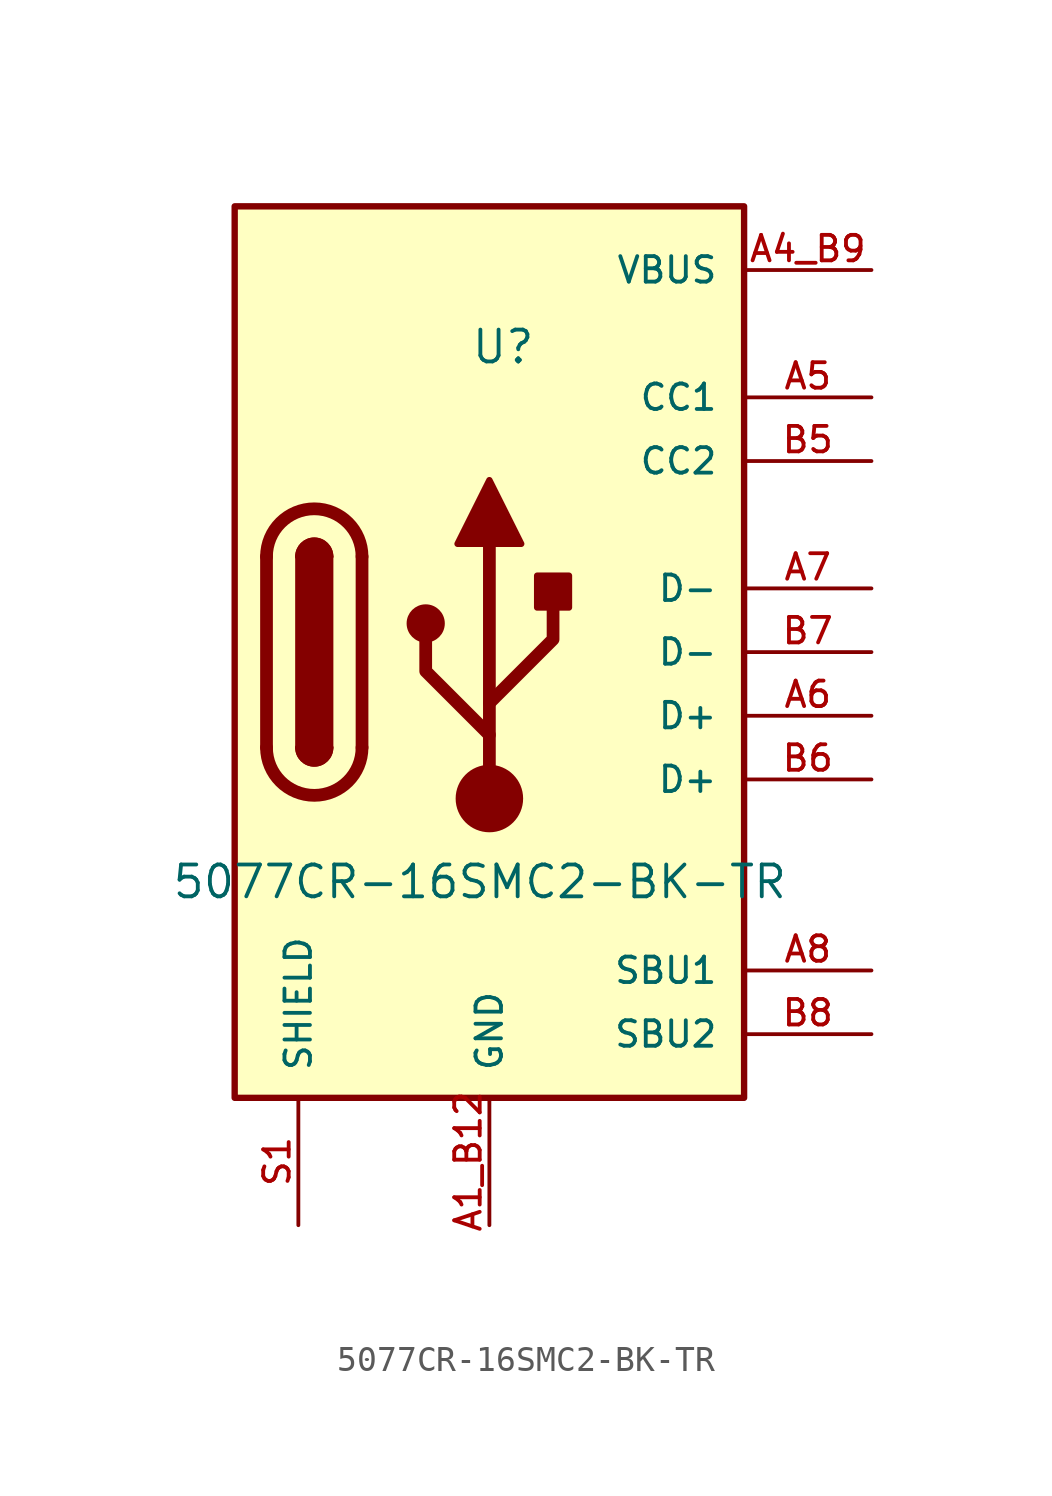
<source format=kicad_sym>
(kicad_symbol_lib
  (version 20231120)
  (generator "kicad_symbol_editor")
  (generator_version "8.0")
  (symbol "5077CR-16SMC2-BK-TR"
    (pin_names
      (offset 1.016))
    (property "Reference" "U"
      (at -0.762 11.43 0)
      (effects (font (size 1.27 1.27)) (justify left bottom)))
    (property "Value" "5077CR-16SMC2-BK-TR"
      (at -12.7 -9.906 0)
      (effects (font (size 1.27 1.27)) (justify left bottom)))
    (symbol "5077CR-16SMC2-BK-TR_0_0"
      (rectangle (start -10.16 17.78) (end 10.16 -17.78) (stroke (width 0.254) (type default)) (fill (type background)))
      (pin passive line (at 0 -22.86 90) (length 5.08) (name "GND" (effects (font (size 1.016 1.016)))) (number "A1_B12" (effects (font (size 1.016 1.016)))))
      (pin passive line (at 15.24 15.24 180) (length 5.08) (name "VBUS" (effects (font (size 1.016 1.016)))) (number "A4_B9" (effects (font (size 1.016 1.016)))))
      (pin bidirectional line (at 15.24 10.16 180) (length 5.08) (name "CC1" (effects (font (size 1.016 1.016)))) (number "A5" (effects (font (size 1.016 1.016)))))
      (pin bidirectional line (at 15.24 -2.54 180) (length 5.08) (name "D+" (effects (font (size 1.016 1.016)))) (number "A6" (effects (font (size 1.016 1.016)))))
      (pin bidirectional line (at 15.24 2.54 180) (length 5.08) (name "D-" (effects (font (size 1.016 1.016)))) (number "A7" (effects (font (size 1.016 1.016)))))
      (pin bidirectional line (at 15.24 -12.7 180) (length 5.08) (name "SBU1" (effects (font (size 1.016 1.016)))) (number "A8" (effects (font (size 1.016 1.016)))))
      (pin passive line (at 0 -22.86 90) (length 5.08) hide (name "GND" (effects (font (size 1.016 1.016)))) (number "B1_A12" (effects (font (size 1.016 1.016)))))
      (pin passive line (at 15.24 15.24 180) (length 5.08) hide (name "VBUS" (effects (font (size 1.016 1.016)))) (number "B4_A9" (effects (font (size 1.016 1.016)))))
      (pin bidirectional line (at 15.24 7.62 180) (length 5.08) (name "CC2" (effects (font (size 1.016 1.016)))) (number "B5" (effects (font (size 1.016 1.016)))))
      (pin bidirectional line (at 15.24 -5.08 180) (length 5.08) (name "D+" (effects (font (size 1.016 1.016)))) (number "B6" (effects (font (size 1.016 1.016)))))
      (pin bidirectional line (at 15.24 0 180) (length 5.08) (name "D-" (effects (font (size 1.016 1.016)))) (number "B7" (effects (font (size 1.016 1.016)))))
      (pin bidirectional line (at 15.24 -15.24 180) (length 5.08) (name "SBU2" (effects (font (size 1.016 1.016)))) (number "B8" (effects (font (size 1.016 1.016)))))
      (pin passive line (at -7.62 -22.86 90) (length 5.08) (name "SHIELD" (effects (font (size 1.016 1.016)))) (number "S1" (effects (font (size 1.016 1.016)))))
      (pin passive line (at -7.62 -22.86 90) (length 5.08) hide (name "SHIELD" (effects (font (size 1.016 1.016)))) (number "S2" (effects (font (size 1.016 1.016)))))
      (pin passive line (at -7.62 -22.86 90) (length 5.08) hide (name "SHIELD" (effects (font (size 1.016 1.016)))) (number "S3" (effects (font (size 1.016 1.016)))))
      (pin passive line (at -7.62 -22.86 90) (length 5.08) hide (name "SHIELD" (effects (font (size 1.016 1.016)))) (number "S4" (effects (font (size 1.016 1.016))))))
    (symbol "5077CR-16SMC2-BK-TR_0_1"
      (arc (start -8.89 -3.81) (mid -6.985 -5.7067) (end -5.08 -3.81) (stroke (width 0.508) (type default)) (fill (type none)))
      (arc (start -7.62 -3.81) (mid -6.985 -4.4423) (end -6.35 -3.81) (stroke (width 0.254) (type default)) (fill (type none)))
      (arc (start -7.62 -3.81) (mid -6.985 -4.4423) (end -6.35 -3.81) (stroke (width 0.254) (type default)) (fill (type outline)))
      (rectangle (start -7.62 -3.81) (end -6.35 3.81) (stroke (width 0.254) (type default)) (fill (type outline)))
      (arc (start -6.35 3.81) (mid -6.985 4.4422) (end -7.62 3.81) (stroke (width 0.254) (type default)) (fill (type none)))
      (arc (start -6.35 3.81) (mid -6.985 4.4422) (end -7.62 3.81) (stroke (width 0.254) (type default)) (fill (type outline)))
      (arc (start -5.08 3.81) (mid -6.985 5.7066) (end -8.89 3.81) (stroke (width 0.508) (type default)) (fill (type none)))
      (circle (center -2.54 1.143) (radius 0.635) (stroke (width 0.254) (type default)) (fill (type outline)))
      (circle (center 0 -5.842) (radius 1.27) (stroke (width 0) (type default)) (fill (type outline)))
      (polyline (pts (xy -8.89 -3.81) (xy -8.89 3.81)) (stroke (width 0.508) (type default)) (fill (type none)))
      (polyline (pts (xy -5.08 3.81) (xy -5.08 -3.81)) (stroke (width 0.508) (type default)) (fill (type none)))
      (polyline (pts (xy 0 -5.842) (xy 0 4.318)) (stroke (width 0.508) (type default)) (fill (type none)))
      (polyline (pts (xy 0 -3.302) (xy -2.54 -0.762) (xy -2.54 0.508)) (stroke (width 0.508) (type default)) (fill (type none)))
      (polyline (pts (xy 0 -2.032) (xy 2.54 0.508) (xy 2.54 1.778)) (stroke (width 0.508) (type default)) (fill (type none)))
      (polyline (pts (xy -1.27 4.318) (xy 0 6.858) (xy 1.27 4.318) (xy -1.27 4.318)) (stroke (width 0.254) (type default)) (fill (type outline)))
      (rectangle (start 1.905 1.778) (end 3.175 3.048) (stroke (width 0.254) (type default)) (fill (type outline))))))
</source>
